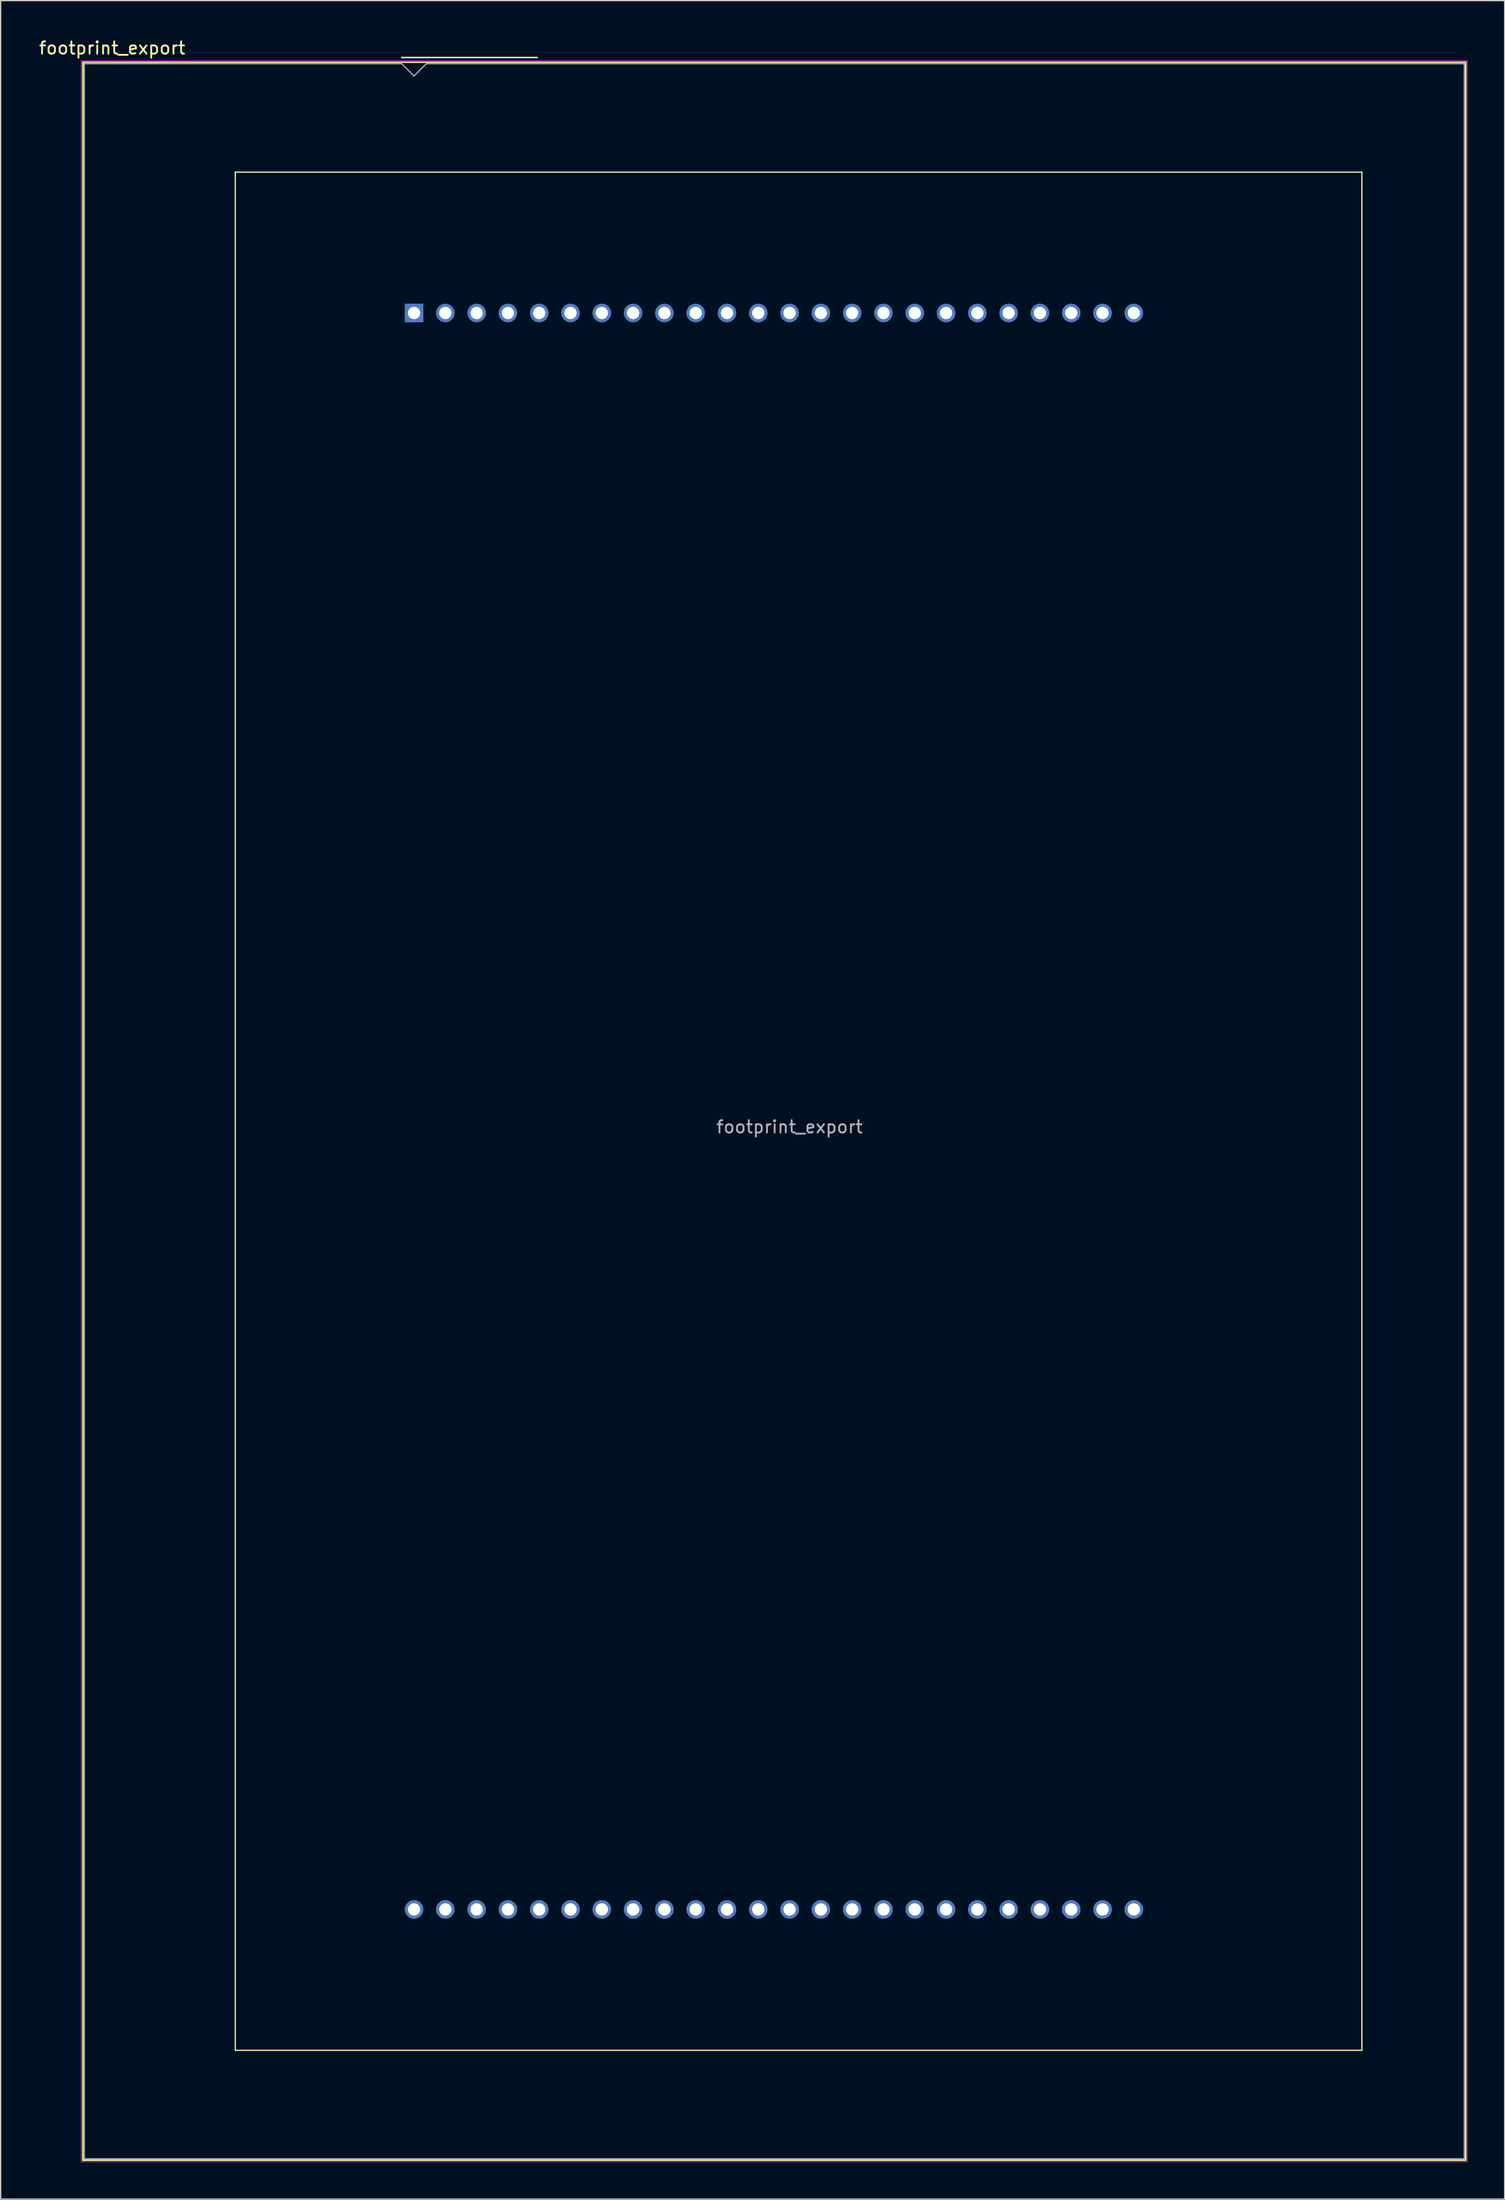
<source format=kicad_pcb>
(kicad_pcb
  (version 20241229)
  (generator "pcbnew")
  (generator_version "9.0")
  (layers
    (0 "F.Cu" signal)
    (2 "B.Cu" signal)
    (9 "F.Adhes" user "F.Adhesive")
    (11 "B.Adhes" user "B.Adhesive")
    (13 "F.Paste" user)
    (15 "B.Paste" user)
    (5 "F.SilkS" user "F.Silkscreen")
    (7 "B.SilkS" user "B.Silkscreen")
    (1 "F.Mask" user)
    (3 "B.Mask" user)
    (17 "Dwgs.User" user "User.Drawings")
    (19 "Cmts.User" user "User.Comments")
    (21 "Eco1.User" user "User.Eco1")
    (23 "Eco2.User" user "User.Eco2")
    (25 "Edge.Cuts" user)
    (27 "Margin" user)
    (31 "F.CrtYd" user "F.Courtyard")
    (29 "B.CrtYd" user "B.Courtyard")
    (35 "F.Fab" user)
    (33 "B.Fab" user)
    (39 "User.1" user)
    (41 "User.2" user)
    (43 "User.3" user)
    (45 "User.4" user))
  (footprint "footprint_export"
    (layer "F.Cu")
    (at 30.554 22.348)
    (property "Reference" "footprint_export" (at -24.5 -21.5 0) (layer "F.SilkS") (effects (font (size 1 1) (thickness 0.15))))
    (attr through_hole)
    (fp_line (start -26.88 -20.35) (end 85.36 -20.35) (stroke (width 0.12) (type solid)) (layer "F.SilkS"))
    (fp_line (start -26.88 149.89) (end -26.88 -20.35) (stroke (width 0.12) (type solid)) (layer "F.SilkS"))
    (fp_line (start -14.51 -11.43) (end -14.51 140.97) (stroke (width 0.1) (type solid)) (layer "F.SilkS"))
    (fp_line (start -14.51 140.97) (end 76.93 140.97) (stroke (width 0.1) (type solid)) (layer "F.SilkS"))
    (fp_line (start -1 -20.73) (end 10 -20.73) (stroke (width 0.12) (type solid)) (layer "F.SilkS"))
    (fp_line (start 76.93 -11.43) (end -14.51 -11.43) (stroke (width 0.1) (type solid)) (layer "F.SilkS"))
    (fp_line (start 76.93 140.97) (end 76.93 -11.43) (stroke (width 0.1) (type solid)) (layer "F.SilkS"))
    (fp_line (start 85.36 -20.35) (end 85.36 149.89) (stroke (width 0.12) (type solid)) (layer "F.SilkS"))
    (fp_line (start 85.36 149.89) (end -26.88 149.89) (stroke (width 0.12) (type solid)) (layer "F.SilkS"))
    (fp_line (start -27.01 -20.48) (end 85.49 -20.48) (stroke (width 0.05) (type solid)) (layer "F.CrtYd"))
    (fp_line (start -27.01 150.02) (end -27.01 -20.48) (stroke (width 0.05) (type solid)) (layer "F.CrtYd"))
    (fp_line (start 85.49 -20.48) (end 85.49 150.02) (stroke (width 0.05) (type solid)) (layer "F.CrtYd"))
    (fp_line (start 85.49 150.02) (end -27.01 150.02) (stroke (width 0.05) (type solid)) (layer "F.CrtYd"))
    (fp_line (start -26.76 -20.23) (end -1 -20.23) (stroke (width 0.1) (type solid)) (layer "F.Fab"))
    (fp_line (start -26.76 149.77) (end -26.76 -20.23) (stroke (width 0.1) (type solid)) (layer "F.Fab"))
    (fp_line (start -1 -20.23) (end 0 -19.23) (stroke (width 0.1) (type solid)) (layer "F.Fab"))
    (fp_line (start 0 -19.23) (end 1 -20.23) (stroke (width 0.1) (type solid)) (layer "F.Fab"))
    (fp_line (start 1 -20.23) (end 85.24 -20.23) (stroke (width 0.1) (type solid)) (layer "F.Fab"))
    (fp_line (start 85.24 -20.23) (end 85.24 149.77) (stroke (width 0.1) (type solid)) (layer "F.Fab"))
    (fp_line (start 85.24 149.77) (end -26.76 149.77) (stroke (width 0.1) (type solid)) (layer "F.Fab"))
    (fp_text user "${REFERENCE}" (at 30.48 66.04 0) (layer "F.Fab") (effects (font (size 1 1) (thickness 0.15))))
    (pad "1" thru_hole rect (at 0 0) (size 1.5 1.5) (drill 1) (layers "*.Cu" "*.Mask"))
    (pad "2" thru_hole circle (at 2.54 0) (size 1.5 1.5) (drill 1) (layers "*.Cu" "*.Mask"))
    (pad "3" thru_hole circle (at 5.08 0) (size 1.5 1.5) (drill 1) (layers "*.Cu" "*.Mask"))
    (pad "4" thru_hole circle (at 7.62 0) (size 1.5 1.5) (drill 1) (layers "*.Cu" "*.Mask"))
    (pad "5" thru_hole circle (at 10.16 0) (size 1.5 1.5) (drill 1) (layers "*.Cu" "*.Mask"))
    (pad "6" thru_hole circle (at 12.7 0) (size 1.5 1.5) (drill 1) (layers "*.Cu" "*.Mask"))
    (pad "7" thru_hole circle (at 15.24 0) (size 1.5 1.5) (drill 1) (layers "*.Cu" "*.Mask"))
    (pad "8" thru_hole circle (at 17.78 0) (size 1.5 1.5) (drill 1) (layers "*.Cu" "*.Mask"))
    (pad "9" thru_hole circle (at 20.32 0) (size 1.5 1.5) (drill 1) (layers "*.Cu" "*.Mask"))
    (pad "10" thru_hole circle (at 22.86 0) (size 1.5 1.5) (drill 1) (layers "*.Cu" "*.Mask"))
    (pad "11" thru_hole circle (at 25.4 0) (size 1.5 1.5) (drill 1) (layers "*.Cu" "*.Mask"))
    (pad "12" thru_hole circle (at 27.94 0) (size 1.5 1.5) (drill 1) (layers "*.Cu" "*.Mask"))
    (pad "13" thru_hole circle (at 30.48 0) (size 1.5 1.5) (drill 1) (layers "*.Cu" "*.Mask"))
    (pad "14" thru_hole circle (at 33.02 0) (size 1.5 1.5) (drill 1) (layers "*.Cu" "*.Mask"))
    (pad "15" thru_hole circle (at 35.56 0) (size 1.5 1.5) (drill 1) (layers "*.Cu" "*.Mask"))
    (pad "16" thru_hole circle (at 38.1 0) (size 1.5 1.5) (drill 1) (layers "*.Cu" "*.Mask"))
    (pad "17" thru_hole circle (at 40.64 0) (size 1.5 1.5) (drill 1) (layers "*.Cu" "*.Mask"))
    (pad "18" thru_hole circle (at 43.18 0) (size 1.5 1.5) (drill 1) (layers "*.Cu" "*.Mask"))
    (pad "19" thru_hole circle (at 45.72 0) (size 1.5 1.5) (drill 1) (layers "*.Cu" "*.Mask"))
    (pad "20" thru_hole circle (at 48.26 0) (size 1.5 1.5) (drill 1) (layers "*.Cu" "*.Mask"))
    (pad "21" thru_hole circle (at 50.8 0) (size 1.5 1.5) (drill 1) (layers "*.Cu" "*.Mask"))
    (pad "22" thru_hole circle (at 53.34 0) (size 1.5 1.5) (drill 1) (layers "*.Cu" "*.Mask"))
    (pad "23" thru_hole circle (at 55.88 0) (size 1.5 1.5) (drill 1) (layers "*.Cu" "*.Mask"))
    (pad "24" thru_hole circle (at 58.42 0) (size 1.5 1.5) (drill 1) (layers "*.Cu" "*.Mask"))
    (pad "25" thru_hole circle (at 58.42 129.54) (size 1.5 1.5) (drill 1) (layers "*.Cu" "*.Mask"))
    (pad "26" thru_hole circle (at 55.88 129.54) (size 1.5 1.5) (drill 1) (layers "*.Cu" "*.Mask"))
    (pad "27" thru_hole circle (at 53.34 129.54) (size 1.5 1.5) (drill 1) (layers "*.Cu" "*.Mask"))
    (pad "28" thru_hole circle (at 50.8 129.54) (size 1.5 1.5) (drill 1) (layers "*.Cu" "*.Mask"))
    (pad "29" thru_hole circle (at 48.26 129.54) (size 1.5 1.5) (drill 1) (layers "*.Cu" "*.Mask"))
    (pad "30" thru_hole circle (at 45.72 129.54) (size 1.5 1.5) (drill 1) (layers "*.Cu" "*.Mask"))
    (pad "31" thru_hole circle (at 43.18 129.54) (size 1.5 1.5) (drill 1) (layers "*.Cu" "*.Mask"))
    (pad "32" thru_hole circle (at 40.64 129.54) (size 1.5 1.5) (drill 1) (layers "*.Cu" "*.Mask"))
    (pad "33" thru_hole circle (at 38.1 129.54) (size 1.5 1.5) (drill 1) (layers "*.Cu" "*.Mask"))
    (pad "34" thru_hole circle (at 35.56 129.54) (size 1.5 1.5) (drill 1) (layers "*.Cu" "*.Mask"))
    (pad "35" thru_hole circle (at 33.02 129.54) (size 1.5 1.5) (drill 1) (layers "*.Cu" "*.Mask"))
    (pad "36" thru_hole circle (at 30.48 129.54) (size 1.5 1.5) (drill 1) (layers "*.Cu" "*.Mask"))
    (pad "37" thru_hole circle (at 27.94 129.54) (size 1.5 1.5) (drill 1) (layers "*.Cu" "*.Mask"))
    (pad "38" thru_hole circle (at 25.4 129.54) (size 1.5 1.5) (drill 1) (layers "*.Cu" "*.Mask"))
    (pad "39" thru_hole circle (at 22.86 129.54) (size 1.5 1.5) (drill 1) (layers "*.Cu" "*.Mask"))
    (pad "40" thru_hole circle (at 20.32 129.54) (size 1.5 1.5) (drill 1) (layers "*.Cu" "*.Mask"))
    (pad "41" thru_hole circle (at 17.78 129.54) (size 1.5 1.5) (drill 1) (layers "*.Cu" "*.Mask"))
    (pad "42" thru_hole circle (at 15.24 129.54) (size 1.5 1.5) (drill 1) (layers "*.Cu" "*.Mask"))
    (pad "43" thru_hole circle (at 12.7 129.54) (size 1.5 1.5) (drill 1) (layers "*.Cu" "*.Mask"))
    (pad "44" thru_hole circle (at 10.16 129.54) (size 1.5 1.5) (drill 1) (layers "*.Cu" "*.Mask"))
    (pad "45" thru_hole circle (at 7.62 129.54) (size 1.5 1.5) (drill 1) (layers "*.Cu" "*.Mask"))
    (pad "46" thru_hole circle (at 5.08 129.54) (size 1.5 1.5) (drill 1) (layers "*.Cu" "*.Mask"))
    (pad "47" thru_hole circle (at 2.54 129.54) (size 1.5 1.5) (drill 1) (layers "*.Cu" "*.Mask"))
    (pad "48" thru_hole circle (at 0 129.54) (size 1.5 1.5) (drill 1) (layers "*.Cu" "*.Mask")))
  (gr_rect
    (start -3 -3)
    (end 119.069 175.393)
    (stroke (width 0.1) (type default))
    (fill no)
    (layer "Edge.Cuts")))
</source>
